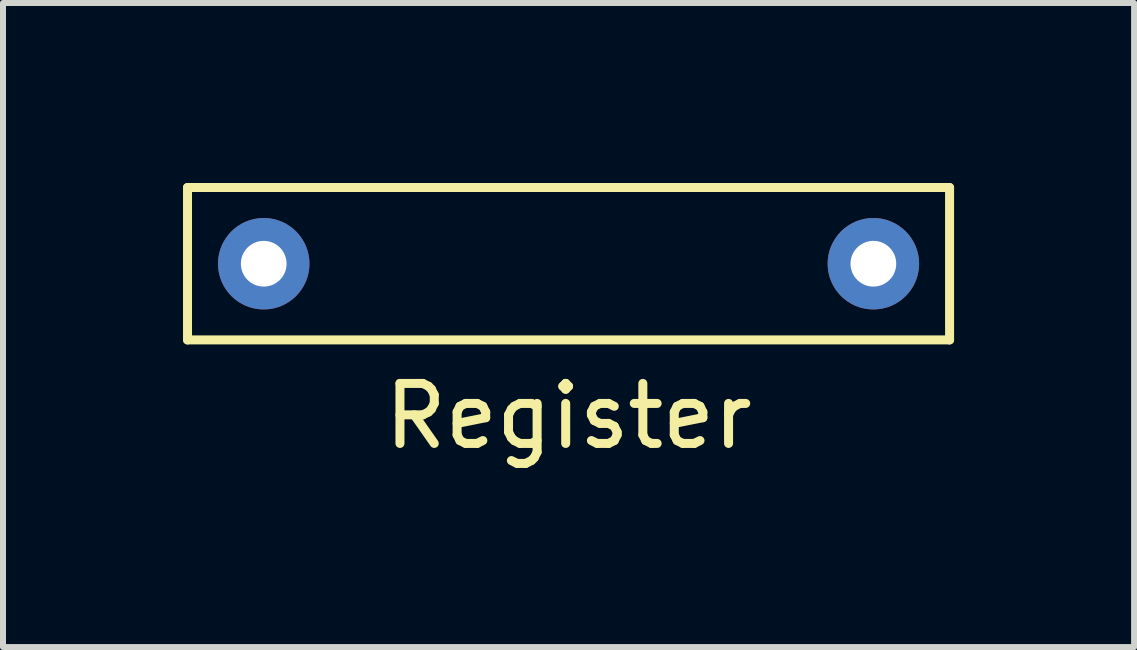
<source format=kicad_pcb>
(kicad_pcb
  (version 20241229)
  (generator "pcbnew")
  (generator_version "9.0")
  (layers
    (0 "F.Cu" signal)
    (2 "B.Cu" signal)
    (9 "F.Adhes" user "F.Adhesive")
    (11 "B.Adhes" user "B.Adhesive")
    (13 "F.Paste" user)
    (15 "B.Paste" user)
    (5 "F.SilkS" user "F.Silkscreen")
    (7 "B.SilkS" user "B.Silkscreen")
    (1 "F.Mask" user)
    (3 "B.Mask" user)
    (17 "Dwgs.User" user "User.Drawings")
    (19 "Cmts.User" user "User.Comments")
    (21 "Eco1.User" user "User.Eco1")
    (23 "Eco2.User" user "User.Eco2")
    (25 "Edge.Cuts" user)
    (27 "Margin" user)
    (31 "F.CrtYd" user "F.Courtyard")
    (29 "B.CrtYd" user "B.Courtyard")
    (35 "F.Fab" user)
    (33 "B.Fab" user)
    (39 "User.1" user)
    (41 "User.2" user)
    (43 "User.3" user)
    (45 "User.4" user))
  (footprint "Register"
    (layer "F.Cu")
    (at 6.425 1.345)
    (property "Reference" "Register" (at 0 2.54 0) (layer "F.SilkS") (effects (font (size 1 1) (thickness 0.15))))
    (attr through_hole)
    (fp_line (start -6.35 -1.27) (end -6.35 1.27) (stroke (width 0.15) (type solid)) (layer "F.SilkS"))
    (fp_line (start -6.35 1.27) (end 6.35 1.27) (stroke (width 0.15) (type solid)) (layer "F.SilkS"))
    (fp_line (start 6.35 -1.27) (end -6.35 -1.27) (stroke (width 0.15) (type solid)) (layer "F.SilkS"))
    (fp_line (start 6.35 1.27) (end 6.35 -1.27) (stroke (width 0.15) (type solid)) (layer "F.SilkS"))
    (pad "1" thru_hole circle (at -5.08 0) (size 1.524 1.524) (drill 0.762) (layers "*.Cu" "*.Mask"))
    (pad "2" thru_hole circle (at 5.08 0) (size 1.524 1.524) (drill 0.762) (layers "*.Cu" "*.Mask")))
  (gr_rect
    (start -3 -3)
    (end 15.85 7.733)
    (stroke (width 0.1) (type default))
    (fill no)
    (layer "Edge.Cuts")))
</source>
